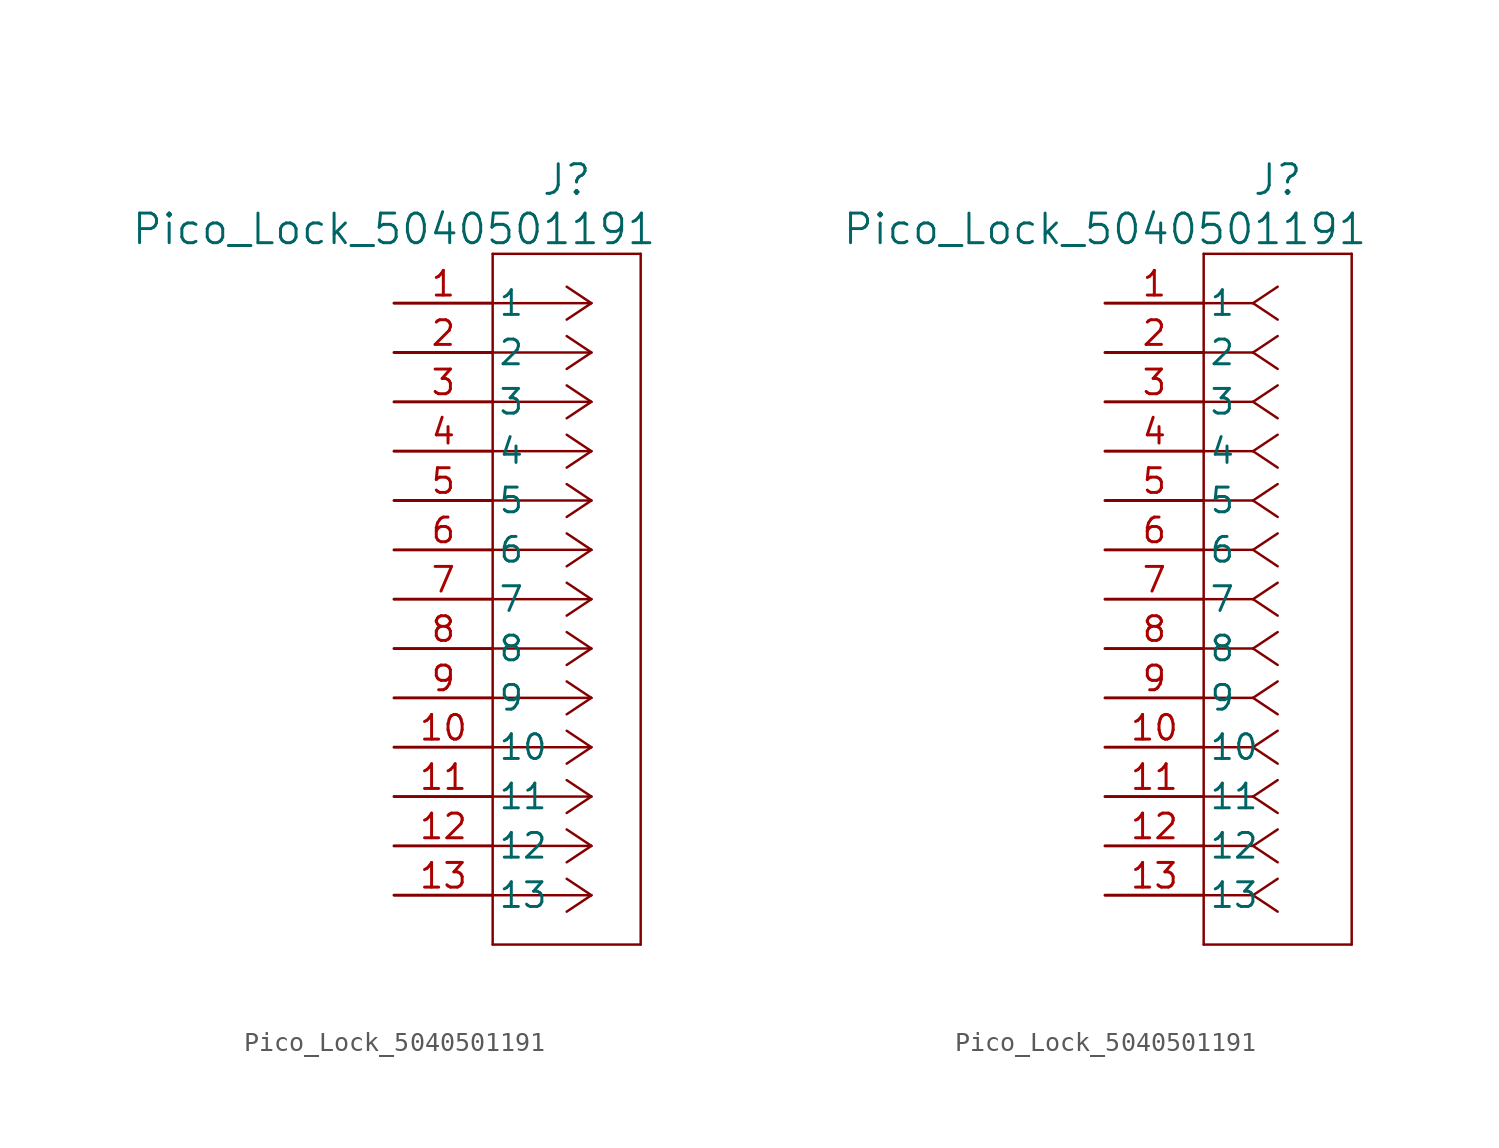
<source format=kicad_sym>
(kicad_symbol_lib
  (version 20220914)
  (generator kicad_symbol_editor)
  (symbol "Pico_Lock_5040501191"
    (pin_names
      (offset 0.254))
    (property "Reference" "J"
      (at 8.89 6.35 0)
      (effects (font (size 1.524 1.524))))
    (property "Value" "Pico_Lock_5040501191"
      (at 0 3.81 0)
      (effects (font (size 1.524 1.524))))
    (property "ki_locked" ""
      (at 0 0 0)
      (effects (font (size 1.27 1.27))))
    (symbol "Pico_Lock_5040501191_1_1"
      (polyline (pts (xy 5.08 -33.02) (xy 12.7 -33.02)) (stroke (width 0.127) (type default)) (fill (type none)))
      (polyline (pts (xy 5.08 2.54) (xy 5.08 -33.02)) (stroke (width 0.127) (type default)) (fill (type none)))
      (polyline (pts (xy 10.16 -30.48) (xy 5.08 -30.48)) (stroke (width 0.127) (type default)) (fill (type none)))
      (polyline (pts (xy 10.16 -30.48) (xy 8.89 -31.327)) (stroke (width 0.127) (type default)) (fill (type none)))
      (polyline (pts (xy 10.16 -30.48) (xy 8.89 -29.633)) (stroke (width 0.127) (type default)) (fill (type none)))
      (polyline (pts (xy 10.16 -27.94) (xy 5.08 -27.94)) (stroke (width 0.127) (type default)) (fill (type none)))
      (polyline (pts (xy 10.16 -27.94) (xy 8.89 -28.787)) (stroke (width 0.127) (type default)) (fill (type none)))
      (polyline (pts (xy 10.16 -27.94) (xy 8.89 -27.093)) (stroke (width 0.127) (type default)) (fill (type none)))
      (polyline (pts (xy 10.16 -25.4) (xy 5.08 -25.4)) (stroke (width 0.127) (type default)) (fill (type none)))
      (polyline (pts (xy 10.16 -25.4) (xy 8.89 -26.247)) (stroke (width 0.127) (type default)) (fill (type none)))
      (polyline (pts (xy 10.16 -25.4) (xy 8.89 -24.553)) (stroke (width 0.127) (type default)) (fill (type none)))
      (polyline (pts (xy 10.16 -22.86) (xy 5.08 -22.86)) (stroke (width 0.127) (type default)) (fill (type none)))
      (polyline (pts (xy 10.16 -22.86) (xy 8.89 -23.707)) (stroke (width 0.127) (type default)) (fill (type none)))
      (polyline (pts (xy 10.16 -22.86) (xy 8.89 -22.013)) (stroke (width 0.127) (type default)) (fill (type none)))
      (polyline (pts (xy 10.16 -20.32) (xy 5.08 -20.32)) (stroke (width 0.127) (type default)) (fill (type none)))
      (polyline (pts (xy 10.16 -20.32) (xy 8.89 -21.167)) (stroke (width 0.127) (type default)) (fill (type none)))
      (polyline (pts (xy 10.16 -20.32) (xy 8.89 -19.473)) (stroke (width 0.127) (type default)) (fill (type none)))
      (polyline (pts (xy 10.16 -17.78) (xy 5.08 -17.78)) (stroke (width 0.127) (type default)) (fill (type none)))
      (polyline (pts (xy 10.16 -17.78) (xy 8.89 -18.627)) (stroke (width 0.127) (type default)) (fill (type none)))
      (polyline (pts (xy 10.16 -17.78) (xy 8.89 -16.933)) (stroke (width 0.127) (type default)) (fill (type none)))
      (polyline (pts (xy 10.16 -15.24) (xy 5.08 -15.24)) (stroke (width 0.127) (type default)) (fill (type none)))
      (polyline (pts (xy 10.16 -15.24) (xy 8.89 -16.087)) (stroke (width 0.127) (type default)) (fill (type none)))
      (polyline (pts (xy 10.16 -15.24) (xy 8.89 -14.393)) (stroke (width 0.127) (type default)) (fill (type none)))
      (polyline (pts (xy 10.16 -12.7) (xy 5.08 -12.7)) (stroke (width 0.127) (type default)) (fill (type none)))
      (polyline (pts (xy 10.16 -12.7) (xy 8.89 -13.547)) (stroke (width 0.127) (type default)) (fill (type none)))
      (polyline (pts (xy 10.16 -12.7) (xy 8.89 -11.853)) (stroke (width 0.127) (type default)) (fill (type none)))
      (polyline (pts (xy 10.16 -10.16) (xy 5.08 -10.16)) (stroke (width 0.127) (type default)) (fill (type none)))
      (polyline (pts (xy 10.16 -10.16) (xy 8.89 -11.007)) (stroke (width 0.127) (type default)) (fill (type none)))
      (polyline (pts (xy 10.16 -10.16) (xy 8.89 -9.313)) (stroke (width 0.127) (type default)) (fill (type none)))
      (polyline (pts (xy 10.16 -7.62) (xy 5.08 -7.62)) (stroke (width 0.127) (type default)) (fill (type none)))
      (polyline (pts (xy 10.16 -7.62) (xy 8.89 -8.467)) (stroke (width 0.127) (type default)) (fill (type none)))
      (polyline (pts (xy 10.16 -7.62) (xy 8.89 -6.773)) (stroke (width 0.127) (type default)) (fill (type none)))
      (polyline (pts (xy 10.16 -5.08) (xy 5.08 -5.08)) (stroke (width 0.127) (type default)) (fill (type none)))
      (polyline (pts (xy 10.16 -5.08) (xy 8.89 -5.927)) (stroke (width 0.127) (type default)) (fill (type none)))
      (polyline (pts (xy 10.16 -5.08) (xy 8.89 -4.233)) (stroke (width 0.127) (type default)) (fill (type none)))
      (polyline (pts (xy 10.16 -2.54) (xy 5.08 -2.54)) (stroke (width 0.127) (type default)) (fill (type none)))
      (polyline (pts (xy 10.16 -2.54) (xy 8.89 -3.387)) (stroke (width 0.127) (type default)) (fill (type none)))
      (polyline (pts (xy 10.16 -2.54) (xy 8.89 -1.693)) (stroke (width 0.127) (type default)) (fill (type none)))
      (polyline (pts (xy 10.16 0) (xy 5.08 0)) (stroke (width 0.127) (type default)) (fill (type none)))
      (polyline (pts (xy 10.16 0) (xy 8.89 -0.847)) (stroke (width 0.127) (type default)) (fill (type none)))
      (polyline (pts (xy 10.16 0) (xy 8.89 0.847)) (stroke (width 0.127) (type default)) (fill (type none)))
      (polyline (pts (xy 12.7 -33.02) (xy 12.7 2.54)) (stroke (width 0.127) (type default)) (fill (type none)))
      (polyline (pts (xy 12.7 2.54) (xy 5.08 2.54)) (stroke (width 0.127) (type default)) (fill (type none)))
      (pin unspecified line (at 0 0 0) (length 5.08) (name "1" (effects (font (size 1.27 1.27)))) (number "1" (effects (font (size 1.27 1.27)))))
      (pin unspecified line (at 0 -22.86 0) (length 5.08) (name "10" (effects (font (size 1.27 1.27)))) (number "10" (effects (font (size 1.27 1.27)))))
      (pin unspecified line (at 0 -25.4 0) (length 5.08) (name "11" (effects (font (size 1.27 1.27)))) (number "11" (effects (font (size 1.27 1.27)))))
      (pin unspecified line (at 0 -27.94 0) (length 5.08) (name "12" (effects (font (size 1.27 1.27)))) (number "12" (effects (font (size 1.27 1.27)))))
      (pin unspecified line (at 0 -30.48 0) (length 5.08) (name "13" (effects (font (size 1.27 1.27)))) (number "13" (effects (font (size 1.27 1.27)))))
      (pin unspecified line (at 0 -2.54 0) (length 5.08) (name "2" (effects (font (size 1.27 1.27)))) (number "2" (effects (font (size 1.27 1.27)))))
      (pin unspecified line (at 0 -5.08 0) (length 5.08) (name "3" (effects (font (size 1.27 1.27)))) (number "3" (effects (font (size 1.27 1.27)))))
      (pin unspecified line (at 0 -7.62 0) (length 5.08) (name "4" (effects (font (size 1.27 1.27)))) (number "4" (effects (font (size 1.27 1.27)))))
      (pin unspecified line (at 0 -10.16 0) (length 5.08) (name "5" (effects (font (size 1.27 1.27)))) (number "5" (effects (font (size 1.27 1.27)))))
      (pin unspecified line (at 0 -12.7 0) (length 5.08) (name "6" (effects (font (size 1.27 1.27)))) (number "6" (effects (font (size 1.27 1.27)))))
      (pin unspecified line (at 0 -15.24 0) (length 5.08) (name "7" (effects (font (size 1.27 1.27)))) (number "7" (effects (font (size 1.27 1.27)))))
      (pin unspecified line (at 0 -17.78 0) (length 5.08) (name "8" (effects (font (size 1.27 1.27)))) (number "8" (effects (font (size 1.27 1.27)))))
      (pin unspecified line (at 0 -20.32 0) (length 5.08) (name "9" (effects (font (size 1.27 1.27)))) (number "9" (effects (font (size 1.27 1.27))))))
    (symbol "Pico_Lock_5040501191_1_2"
      (polyline (pts (xy 5.08 -33.02) (xy 12.7 -33.02)) (stroke (width 0.127) (type default)) (fill (type none)))
      (polyline (pts (xy 5.08 2.54) (xy 5.08 -33.02)) (stroke (width 0.127) (type default)) (fill (type none)))
      (polyline (pts (xy 7.62 -30.48) (xy 5.08 -30.48)) (stroke (width 0.127) (type default)) (fill (type none)))
      (polyline (pts (xy 7.62 -30.48) (xy 8.89 -31.327)) (stroke (width 0.127) (type default)) (fill (type none)))
      (polyline (pts (xy 7.62 -30.48) (xy 8.89 -29.633)) (stroke (width 0.127) (type default)) (fill (type none)))
      (polyline (pts (xy 7.62 -27.94) (xy 5.08 -27.94)) (stroke (width 0.127) (type default)) (fill (type none)))
      (polyline (pts (xy 7.62 -27.94) (xy 8.89 -28.787)) (stroke (width 0.127) (type default)) (fill (type none)))
      (polyline (pts (xy 7.62 -27.94) (xy 8.89 -27.093)) (stroke (width 0.127) (type default)) (fill (type none)))
      (polyline (pts (xy 7.62 -25.4) (xy 5.08 -25.4)) (stroke (width 0.127) (type default)) (fill (type none)))
      (polyline (pts (xy 7.62 -25.4) (xy 8.89 -26.247)) (stroke (width 0.127) (type default)) (fill (type none)))
      (polyline (pts (xy 7.62 -25.4) (xy 8.89 -24.553)) (stroke (width 0.127) (type default)) (fill (type none)))
      (polyline (pts (xy 7.62 -22.86) (xy 5.08 -22.86)) (stroke (width 0.127) (type default)) (fill (type none)))
      (polyline (pts (xy 7.62 -22.86) (xy 8.89 -23.707)) (stroke (width 0.127) (type default)) (fill (type none)))
      (polyline (pts (xy 7.62 -22.86) (xy 8.89 -22.013)) (stroke (width 0.127) (type default)) (fill (type none)))
      (polyline (pts (xy 7.62 -20.32) (xy 5.08 -20.32)) (stroke (width 0.127) (type default)) (fill (type none)))
      (polyline (pts (xy 7.62 -20.32) (xy 8.89 -21.167)) (stroke (width 0.127) (type default)) (fill (type none)))
      (polyline (pts (xy 7.62 -20.32) (xy 8.89 -19.473)) (stroke (width 0.127) (type default)) (fill (type none)))
      (polyline (pts (xy 7.62 -17.78) (xy 5.08 -17.78)) (stroke (width 0.127) (type default)) (fill (type none)))
      (polyline (pts (xy 7.62 -17.78) (xy 8.89 -18.627)) (stroke (width 0.127) (type default)) (fill (type none)))
      (polyline (pts (xy 7.62 -17.78) (xy 8.89 -16.933)) (stroke (width 0.127) (type default)) (fill (type none)))
      (polyline (pts (xy 7.62 -15.24) (xy 5.08 -15.24)) (stroke (width 0.127) (type default)) (fill (type none)))
      (polyline (pts (xy 7.62 -15.24) (xy 8.89 -16.087)) (stroke (width 0.127) (type default)) (fill (type none)))
      (polyline (pts (xy 7.62 -15.24) (xy 8.89 -14.393)) (stroke (width 0.127) (type default)) (fill (type none)))
      (polyline (pts (xy 7.62 -12.7) (xy 5.08 -12.7)) (stroke (width 0.127) (type default)) (fill (type none)))
      (polyline (pts (xy 7.62 -12.7) (xy 8.89 -13.547)) (stroke (width 0.127) (type default)) (fill (type none)))
      (polyline (pts (xy 7.62 -12.7) (xy 8.89 -11.853)) (stroke (width 0.127) (type default)) (fill (type none)))
      (polyline (pts (xy 7.62 -10.16) (xy 5.08 -10.16)) (stroke (width 0.127) (type default)) (fill (type none)))
      (polyline (pts (xy 7.62 -10.16) (xy 8.89 -11.007)) (stroke (width 0.127) (type default)) (fill (type none)))
      (polyline (pts (xy 7.62 -10.16) (xy 8.89 -9.313)) (stroke (width 0.127) (type default)) (fill (type none)))
      (polyline (pts (xy 7.62 -7.62) (xy 5.08 -7.62)) (stroke (width 0.127) (type default)) (fill (type none)))
      (polyline (pts (xy 7.62 -7.62) (xy 8.89 -8.467)) (stroke (width 0.127) (type default)) (fill (type none)))
      (polyline (pts (xy 7.62 -7.62) (xy 8.89 -6.773)) (stroke (width 0.127) (type default)) (fill (type none)))
      (polyline (pts (xy 7.62 -5.08) (xy 5.08 -5.08)) (stroke (width 0.127) (type default)) (fill (type none)))
      (polyline (pts (xy 7.62 -5.08) (xy 8.89 -5.927)) (stroke (width 0.127) (type default)) (fill (type none)))
      (polyline (pts (xy 7.62 -5.08) (xy 8.89 -4.233)) (stroke (width 0.127) (type default)) (fill (type none)))
      (polyline (pts (xy 7.62 -2.54) (xy 5.08 -2.54)) (stroke (width 0.127) (type default)) (fill (type none)))
      (polyline (pts (xy 7.62 -2.54) (xy 8.89 -3.387)) (stroke (width 0.127) (type default)) (fill (type none)))
      (polyline (pts (xy 7.62 -2.54) (xy 8.89 -1.693)) (stroke (width 0.127) (type default)) (fill (type none)))
      (polyline (pts (xy 7.62 0) (xy 5.08 0)) (stroke (width 0.127) (type default)) (fill (type none)))
      (polyline (pts (xy 7.62 0) (xy 8.89 -0.847)) (stroke (width 0.127) (type default)) (fill (type none)))
      (polyline (pts (xy 7.62 0) (xy 8.89 0.847)) (stroke (width 0.127) (type default)) (fill (type none)))
      (polyline (pts (xy 12.7 -33.02) (xy 12.7 2.54)) (stroke (width 0.127) (type default)) (fill (type none)))
      (polyline (pts (xy 12.7 2.54) (xy 5.08 2.54)) (stroke (width 0.127) (type default)) (fill (type none)))
      (pin unspecified line (at 0 0 0) (length 5.08) (name "1" (effects (font (size 1.27 1.27)))) (number "1" (effects (font (size 1.27 1.27)))))
      (pin unspecified line (at 0 -22.86 0) (length 5.08) (name "10" (effects (font (size 1.27 1.27)))) (number "10" (effects (font (size 1.27 1.27)))))
      (pin unspecified line (at 0 -25.4 0) (length 5.08) (name "11" (effects (font (size 1.27 1.27)))) (number "11" (effects (font (size 1.27 1.27)))))
      (pin unspecified line (at 0 -27.94 0) (length 5.08) (name "12" (effects (font (size 1.27 1.27)))) (number "12" (effects (font (size 1.27 1.27)))))
      (pin unspecified line (at 0 -30.48 0) (length 5.08) (name "13" (effects (font (size 1.27 1.27)))) (number "13" (effects (font (size 1.27 1.27)))))
      (pin unspecified line (at 0 -2.54 0) (length 5.08) (name "2" (effects (font (size 1.27 1.27)))) (number "2" (effects (font (size 1.27 1.27)))))
      (pin unspecified line (at 0 -5.08 0) (length 5.08) (name "3" (effects (font (size 1.27 1.27)))) (number "3" (effects (font (size 1.27 1.27)))))
      (pin unspecified line (at 0 -7.62 0) (length 5.08) (name "4" (effects (font (size 1.27 1.27)))) (number "4" (effects (font (size 1.27 1.27)))))
      (pin unspecified line (at 0 -10.16 0) (length 5.08) (name "5" (effects (font (size 1.27 1.27)))) (number "5" (effects (font (size 1.27 1.27)))))
      (pin unspecified line (at 0 -12.7 0) (length 5.08) (name "6" (effects (font (size 1.27 1.27)))) (number "6" (effects (font (size 1.27 1.27)))))
      (pin unspecified line (at 0 -15.24 0) (length 5.08) (name "7" (effects (font (size 1.27 1.27)))) (number "7" (effects (font (size 1.27 1.27)))))
      (pin unspecified line (at 0 -17.78 0) (length 5.08) (name "8" (effects (font (size 1.27 1.27)))) (number "8" (effects (font (size 1.27 1.27)))))
      (pin unspecified line (at 0 -20.32 0) (length 5.08) (name "9" (effects (font (size 1.27 1.27)))) (number "9" (effects (font (size 1.27 1.27))))))))
</source>
